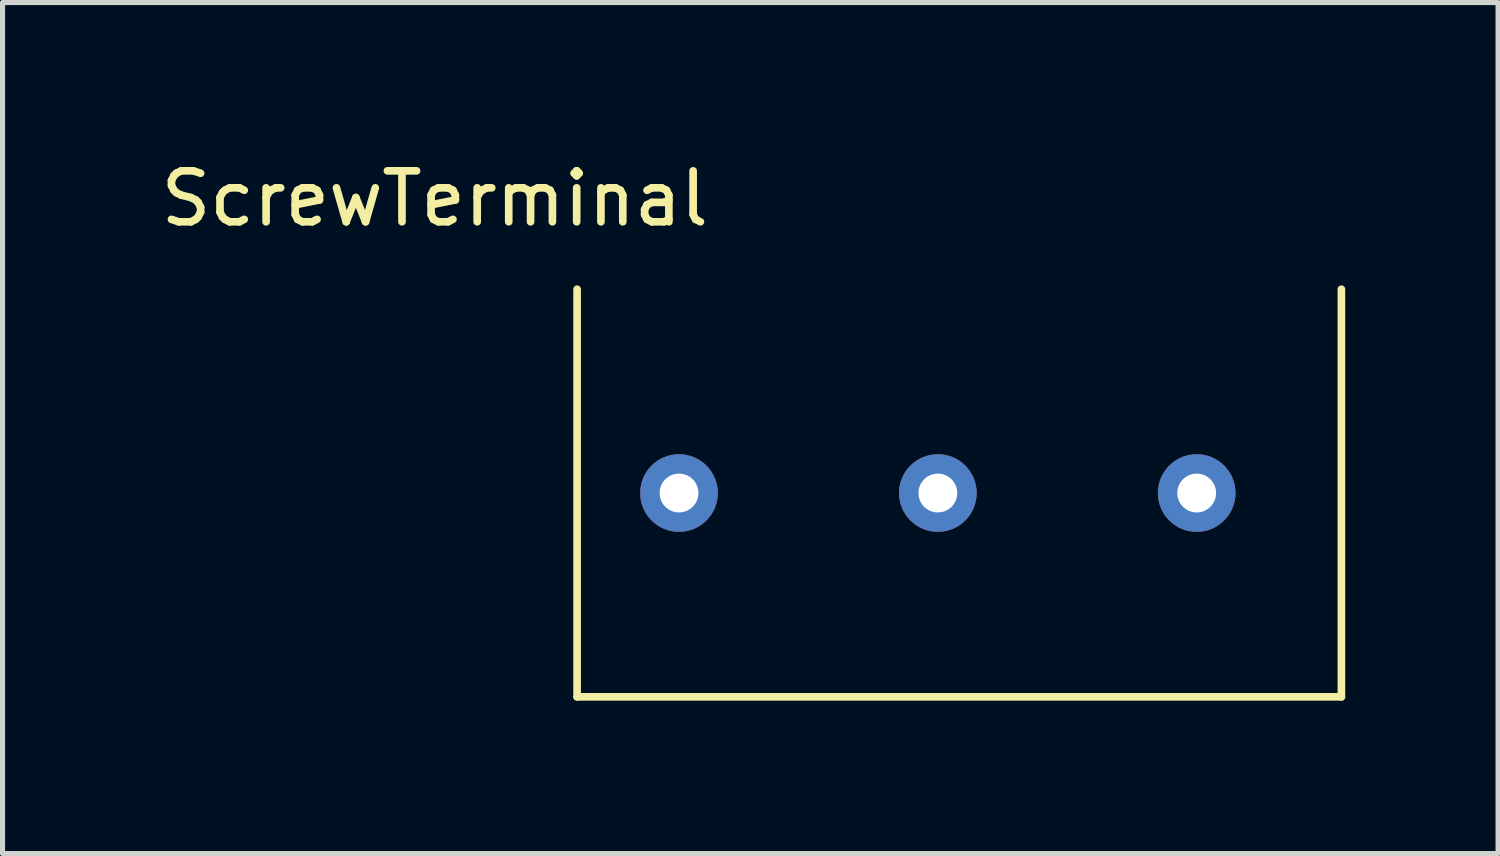
<source format=kicad_pcb>
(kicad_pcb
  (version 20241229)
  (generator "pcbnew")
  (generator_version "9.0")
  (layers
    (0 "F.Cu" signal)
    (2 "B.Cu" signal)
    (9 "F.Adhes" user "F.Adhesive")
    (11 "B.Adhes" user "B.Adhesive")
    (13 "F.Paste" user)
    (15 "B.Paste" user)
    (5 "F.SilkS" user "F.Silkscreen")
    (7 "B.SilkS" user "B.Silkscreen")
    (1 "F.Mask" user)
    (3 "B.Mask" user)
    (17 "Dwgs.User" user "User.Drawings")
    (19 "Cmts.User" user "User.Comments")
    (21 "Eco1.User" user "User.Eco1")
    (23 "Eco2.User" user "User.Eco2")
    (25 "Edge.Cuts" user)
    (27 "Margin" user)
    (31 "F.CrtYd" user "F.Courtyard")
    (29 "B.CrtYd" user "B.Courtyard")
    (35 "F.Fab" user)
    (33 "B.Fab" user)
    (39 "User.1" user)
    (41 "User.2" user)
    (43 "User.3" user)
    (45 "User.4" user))
  (footprint "ScrewTerminal"
    (layer "F.Cu")
    (at 8.276 2.626)
    (property "Reference" "ScrewTerminal" (at -2.794 -1.778 0) (layer "F.SilkS") (effects (font (size 1 1) (thickness 0.15))))
    (attr through_hole)
    (fp_line (start 0 8) (end 0 0) (stroke (width 0.15) (type solid)) (layer "F.SilkS"))
    (fp_line (start 15 0) (end 15 8) (stroke (width 0.15) (type solid)) (layer "F.SilkS"))
    (fp_line (start 15 8) (end 0 8) (stroke (width 0.15) (type solid)) (layer "F.SilkS"))
    (pad "1" thru_hole circle (at 2 4) (size 1.524 1.524) (drill 0.762) (layers "*.Cu" "*.Mask"))
    (pad "2" thru_hole circle (at 7.08 4) (size 1.524 1.524) (drill 0.762) (layers "*.Cu" "*.Mask"))
    (pad "3" thru_hole circle (at 12.16 4) (size 1.524 1.524) (drill 0.762) (layers "*.Cu" "*.Mask")))
  (gr_rect
    (start -3 -3)
    (end 26.351 13.701)
    (stroke (width 0.1) (type default))
    (fill no)
    (layer "Edge.Cuts")))
</source>
